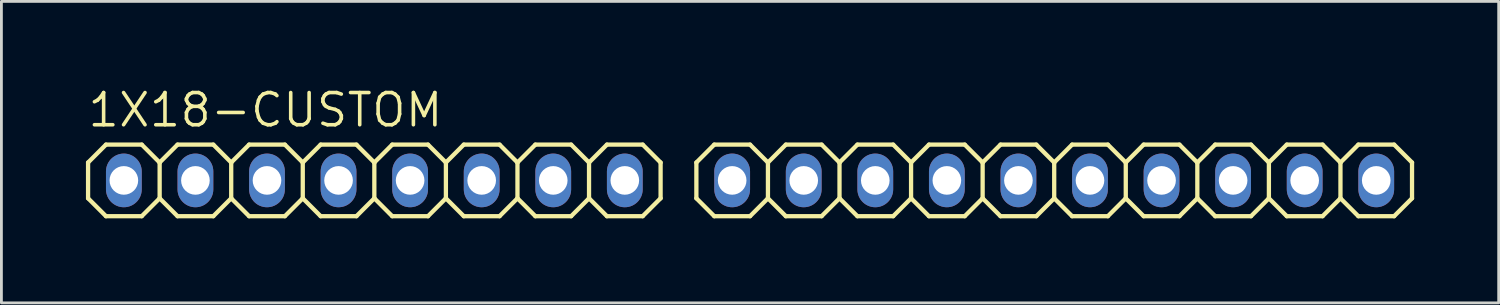
<source format=kicad_pcb>
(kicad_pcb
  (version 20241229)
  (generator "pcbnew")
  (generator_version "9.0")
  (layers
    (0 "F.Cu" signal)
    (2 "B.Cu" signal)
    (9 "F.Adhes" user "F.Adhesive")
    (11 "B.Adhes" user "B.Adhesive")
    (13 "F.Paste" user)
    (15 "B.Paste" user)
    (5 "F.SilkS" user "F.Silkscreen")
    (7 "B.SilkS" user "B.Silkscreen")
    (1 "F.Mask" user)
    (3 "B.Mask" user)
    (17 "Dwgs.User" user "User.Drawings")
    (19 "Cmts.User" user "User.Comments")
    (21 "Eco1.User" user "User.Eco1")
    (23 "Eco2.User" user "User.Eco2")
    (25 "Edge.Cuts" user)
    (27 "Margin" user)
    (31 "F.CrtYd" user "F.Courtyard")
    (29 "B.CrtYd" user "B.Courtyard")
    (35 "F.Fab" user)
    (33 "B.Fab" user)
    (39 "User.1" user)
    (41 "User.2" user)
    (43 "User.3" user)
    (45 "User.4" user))
  (footprint "1X18-CUSTOM"
    (layer "F.Cu")
    (at 19.126 3.353)
    (property "Reference" "1X18-CUSTOM" (at -19.126 -1.829 0) (layer "F.SilkS") (effects (font (size 1.143 1.143) (thickness 0.127)) (justify left bottom)))
    (fp_line (start -19.05 -0.635) (end -19.05 0.635) (stroke (width 0.152) (type solid)) (layer "F.SilkS"))
    (fp_line (start -19.05 0.635) (end -18.415 1.27) (stroke (width 0.152) (type solid)) (layer "F.SilkS"))
    (fp_line (start -18.415 -1.27) (end -19.05 -0.635) (stroke (width 0.152) (type solid)) (layer "F.SilkS"))
    (fp_line (start -18.415 -1.27) (end -17.145 -1.27) (stroke (width 0.152) (type solid)) (layer "F.SilkS"))
    (fp_line (start -17.145 -1.27) (end -16.51 -0.635) (stroke (width 0.152) (type solid)) (layer "F.SilkS"))
    (fp_line (start -17.145 1.27) (end -18.415 1.27) (stroke (width 0.152) (type solid)) (layer "F.SilkS"))
    (fp_line (start -16.51 -0.635) (end -16.51 0.635) (stroke (width 0.152) (type solid)) (layer "F.SilkS"))
    (fp_line (start -16.51 -0.635) (end -15.875 -1.27) (stroke (width 0.152) (type solid)) (layer "F.SilkS"))
    (fp_line (start -16.51 0.635) (end -17.145 1.27) (stroke (width 0.152) (type solid)) (layer "F.SilkS"))
    (fp_line (start -15.875 -1.27) (end -14.605 -1.27) (stroke (width 0.152) (type solid)) (layer "F.SilkS"))
    (fp_line (start -15.875 1.27) (end -16.51 0.635) (stroke (width 0.152) (type solid)) (layer "F.SilkS"))
    (fp_line (start -14.605 -1.27) (end -13.97 -0.635) (stroke (width 0.152) (type solid)) (layer "F.SilkS"))
    (fp_line (start -14.605 1.27) (end -15.875 1.27) (stroke (width 0.152) (type solid)) (layer "F.SilkS"))
    (fp_line (start -13.97 -0.635) (end -13.97 0.635) (stroke (width 0.152) (type solid)) (layer "F.SilkS"))
    (fp_line (start -13.97 -0.635) (end -13.335 -1.27) (stroke (width 0.152) (type solid)) (layer "F.SilkS"))
    (fp_line (start -13.97 0.635) (end -14.605 1.27) (stroke (width 0.152) (type solid)) (layer "F.SilkS"))
    (fp_line (start -13.335 -1.27) (end -12.065 -1.27) (stroke (width 0.152) (type solid)) (layer "F.SilkS"))
    (fp_line (start -13.335 1.27) (end -13.97 0.635) (stroke (width 0.152) (type solid)) (layer "F.SilkS"))
    (fp_line (start -12.065 -1.27) (end -11.43 -0.635) (stroke (width 0.152) (type solid)) (layer "F.SilkS"))
    (fp_line (start -12.065 1.27) (end -13.335 1.27) (stroke (width 0.152) (type solid)) (layer "F.SilkS"))
    (fp_line (start -11.43 -0.635) (end -11.43 0.635) (stroke (width 0.152) (type solid)) (layer "F.SilkS"))
    (fp_line (start -11.43 0.635) (end -12.065 1.27) (stroke (width 0.152) (type solid)) (layer "F.SilkS"))
    (fp_line (start -11.43 0.635) (end -10.795 1.27) (stroke (width 0.152) (type solid)) (layer "F.SilkS"))
    (fp_line (start -10.795 -1.27) (end -11.43 -0.635) (stroke (width 0.152) (type solid)) (layer "F.SilkS"))
    (fp_line (start -10.795 -1.27) (end -9.525 -1.27) (stroke (width 0.152) (type solid)) (layer "F.SilkS"))
    (fp_line (start -9.525 -1.27) (end -8.89 -0.635) (stroke (width 0.152) (type solid)) (layer "F.SilkS"))
    (fp_line (start -9.525 1.27) (end -10.795 1.27) (stroke (width 0.152) (type solid)) (layer "F.SilkS"))
    (fp_line (start -8.89 -0.635) (end -8.89 0.635) (stroke (width 0.152) (type solid)) (layer "F.SilkS"))
    (fp_line (start -8.89 -0.635) (end -8.255 -1.27) (stroke (width 0.152) (type solid)) (layer "F.SilkS"))
    (fp_line (start -8.89 0.635) (end -9.525 1.27) (stroke (width 0.152) (type solid)) (layer "F.SilkS"))
    (fp_line (start -8.255 -1.27) (end -6.985 -1.27) (stroke (width 0.152) (type solid)) (layer "F.SilkS"))
    (fp_line (start -8.255 1.27) (end -8.89 0.635) (stroke (width 0.152) (type solid)) (layer "F.SilkS"))
    (fp_line (start -6.985 -1.27) (end -6.35 -0.635) (stroke (width 0.152) (type solid)) (layer "F.SilkS"))
    (fp_line (start -6.985 1.27) (end -8.255 1.27) (stroke (width 0.152) (type solid)) (layer "F.SilkS"))
    (fp_line (start -6.35 -0.635) (end -6.35 0.635) (stroke (width 0.152) (type solid)) (layer "F.SilkS"))
    (fp_line (start -6.35 -0.635) (end -5.715 -1.27) (stroke (width 0.152) (type solid)) (layer "F.SilkS"))
    (fp_line (start -6.35 0.635) (end -6.985 1.27) (stroke (width 0.152) (type solid)) (layer "F.SilkS"))
    (fp_line (start -5.715 -1.27) (end -4.445 -1.27) (stroke (width 0.152) (type solid)) (layer "F.SilkS"))
    (fp_line (start -5.715 1.27) (end -6.35 0.635) (stroke (width 0.152) (type solid)) (layer "F.SilkS"))
    (fp_line (start -4.445 -1.27) (end -3.81 -0.635) (stroke (width 0.152) (type solid)) (layer "F.SilkS"))
    (fp_line (start -4.445 1.27) (end -5.715 1.27) (stroke (width 0.152) (type solid)) (layer "F.SilkS"))
    (fp_line (start -3.81 -0.635) (end -3.81 0.635) (stroke (width 0.152) (type solid)) (layer "F.SilkS"))
    (fp_line (start -3.81 0.635) (end -4.445 1.27) (stroke (width 0.152) (type solid)) (layer "F.SilkS"))
    (fp_line (start -3.81 0.635) (end -3.175 1.27) (stroke (width 0.152) (type solid)) (layer "F.SilkS"))
    (fp_line (start -3.175 -1.27) (end -3.81 -0.635) (stroke (width 0.152) (type solid)) (layer "F.SilkS"))
    (fp_line (start -3.175 -1.27) (end -1.905 -1.27) (stroke (width 0.152) (type solid)) (layer "F.SilkS"))
    (fp_line (start -1.905 -1.27) (end -1.27 -0.635) (stroke (width 0.152) (type solid)) (layer "F.SilkS"))
    (fp_line (start -1.905 1.27) (end -3.175 1.27) (stroke (width 0.152) (type solid)) (layer "F.SilkS"))
    (fp_line (start -1.27 -0.635) (end -1.27 0.635) (stroke (width 0.152) (type solid)) (layer "F.SilkS"))
    (fp_line (start -1.27 -0.635) (end -0.635 -1.27) (stroke (width 0.152) (type solid)) (layer "F.SilkS"))
    (fp_line (start -1.27 0.635) (end -1.905 1.27) (stroke (width 0.152) (type solid)) (layer "F.SilkS"))
    (fp_line (start -0.635 -1.27) (end 0.635 -1.27) (stroke (width 0.152) (type solid)) (layer "F.SilkS"))
    (fp_line (start -0.635 1.27) (end -1.27 0.635) (stroke (width 0.152) (type solid)) (layer "F.SilkS"))
    (fp_line (start 0.635 -1.27) (end 1.27 -0.635) (stroke (width 0.152) (type solid)) (layer "F.SilkS"))
    (fp_line (start 0.635 1.27) (end -0.635 1.27) (stroke (width 0.152) (type solid)) (layer "F.SilkS"))
    (fp_line (start 1.27 -0.635) (end 1.27 0.635) (stroke (width 0.152) (type solid)) (layer "F.SilkS"))
    (fp_line (start 1.27 0.635) (end 0.635 1.27) (stroke (width 0.152) (type solid)) (layer "F.SilkS"))
    (fp_line (start 2.54 -0.635) (end 2.54 0.635) (stroke (width 0.152) (type solid)) (layer "F.SilkS"))
    (fp_line (start 2.54 -0.635) (end 3.175 -1.27) (stroke (width 0.152) (type solid)) (layer "F.SilkS"))
    (fp_line (start 3.175 -1.27) (end 4.445 -1.27) (stroke (width 0.152) (type solid)) (layer "F.SilkS"))
    (fp_line (start 3.175 1.27) (end 2.54 0.635) (stroke (width 0.152) (type solid)) (layer "F.SilkS"))
    (fp_line (start 4.445 -1.27) (end 5.08 -0.635) (stroke (width 0.152) (type solid)) (layer "F.SilkS"))
    (fp_line (start 4.445 1.27) (end 3.175 1.27) (stroke (width 0.152) (type solid)) (layer "F.SilkS"))
    (fp_line (start 5.08 -0.635) (end 5.08 0.635) (stroke (width 0.152) (type solid)) (layer "F.SilkS"))
    (fp_line (start 5.08 0.635) (end 4.445 1.27) (stroke (width 0.152) (type solid)) (layer "F.SilkS"))
    (fp_line (start 5.08 0.635) (end 5.715 1.27) (stroke (width 0.152) (type solid)) (layer "F.SilkS"))
    (fp_line (start 5.715 -1.27) (end 5.08 -0.635) (stroke (width 0.152) (type solid)) (layer "F.SilkS"))
    (fp_line (start 5.715 -1.27) (end 6.985 -1.27) (stroke (width 0.152) (type solid)) (layer "F.SilkS"))
    (fp_line (start 6.985 -1.27) (end 7.62 -0.635) (stroke (width 0.152) (type solid)) (layer "F.SilkS"))
    (fp_line (start 6.985 1.27) (end 5.715 1.27) (stroke (width 0.152) (type solid)) (layer "F.SilkS"))
    (fp_line (start 7.62 -0.635) (end 7.62 0.635) (stroke (width 0.152) (type solid)) (layer "F.SilkS"))
    (fp_line (start 7.62 -0.635) (end 8.255 -1.27) (stroke (width 0.152) (type solid)) (layer "F.SilkS"))
    (fp_line (start 7.62 0.635) (end 6.985 1.27) (stroke (width 0.152) (type solid)) (layer "F.SilkS"))
    (fp_line (start 8.255 -1.27) (end 9.525 -1.27) (stroke (width 0.152) (type solid)) (layer "F.SilkS"))
    (fp_line (start 8.255 1.27) (end 7.62 0.635) (stroke (width 0.152) (type solid)) (layer "F.SilkS"))
    (fp_line (start 9.525 -1.27) (end 10.16 -0.635) (stroke (width 0.152) (type solid)) (layer "F.SilkS"))
    (fp_line (start 9.525 1.27) (end 8.255 1.27) (stroke (width 0.152) (type solid)) (layer "F.SilkS"))
    (fp_line (start 10.16 -0.635) (end 10.16 0.635) (stroke (width 0.152) (type solid)) (layer "F.SilkS"))
    (fp_line (start 10.16 -0.635) (end 10.795 -1.27) (stroke (width 0.152) (type solid)) (layer "F.SilkS"))
    (fp_line (start 10.16 0.635) (end 9.525 1.27) (stroke (width 0.152) (type solid)) (layer "F.SilkS"))
    (fp_line (start 10.795 -1.27) (end 12.065 -1.27) (stroke (width 0.152) (type solid)) (layer "F.SilkS"))
    (fp_line (start 10.795 1.27) (end 10.16 0.635) (stroke (width 0.152) (type solid)) (layer "F.SilkS"))
    (fp_line (start 12.065 -1.27) (end 12.7 -0.635) (stroke (width 0.152) (type solid)) (layer "F.SilkS"))
    (fp_line (start 12.065 1.27) (end 10.795 1.27) (stroke (width 0.152) (type solid)) (layer "F.SilkS"))
    (fp_line (start 12.7 -0.635) (end 12.7 0.635) (stroke (width 0.152) (type solid)) (layer "F.SilkS"))
    (fp_line (start 12.7 0.635) (end 12.065 1.27) (stroke (width 0.152) (type solid)) (layer "F.SilkS"))
    (fp_line (start 12.7 0.635) (end 13.335 1.27) (stroke (width 0.152) (type solid)) (layer "F.SilkS"))
    (fp_line (start 13.335 -1.27) (end 12.7 -0.635) (stroke (width 0.152) (type solid)) (layer "F.SilkS"))
    (fp_line (start 13.335 -1.27) (end 14.605 -1.27) (stroke (width 0.152) (type solid)) (layer "F.SilkS"))
    (fp_line (start 14.605 -1.27) (end 15.24 -0.635) (stroke (width 0.152) (type solid)) (layer "F.SilkS"))
    (fp_line (start 14.605 1.27) (end 13.335 1.27) (stroke (width 0.152) (type solid)) (layer "F.SilkS"))
    (fp_line (start 15.24 -0.635) (end 15.24 0.635) (stroke (width 0.152) (type solid)) (layer "F.SilkS"))
    (fp_line (start 15.24 -0.635) (end 15.875 -1.27) (stroke (width 0.152) (type solid)) (layer "F.SilkS"))
    (fp_line (start 15.24 0.635) (end 14.605 1.27) (stroke (width 0.152) (type solid)) (layer "F.SilkS"))
    (fp_line (start 15.875 -1.27) (end 17.145 -1.27) (stroke (width 0.152) (type solid)) (layer "F.SilkS"))
    (fp_line (start 15.875 1.27) (end 15.24 0.635) (stroke (width 0.152) (type solid)) (layer "F.SilkS"))
    (fp_line (start 17.145 -1.27) (end 17.78 -0.635) (stroke (width 0.152) (type solid)) (layer "F.SilkS"))
    (fp_line (start 17.145 1.27) (end 15.875 1.27) (stroke (width 0.152) (type solid)) (layer "F.SilkS"))
    (fp_line (start 17.78 -0.635) (end 17.78 0.635) (stroke (width 0.152) (type solid)) (layer "F.SilkS"))
    (fp_line (start 17.78 -0.635) (end 18.415 -1.27) (stroke (width 0.152) (type solid)) (layer "F.SilkS"))
    (fp_line (start 17.78 0.635) (end 17.145 1.27) (stroke (width 0.152) (type solid)) (layer "F.SilkS"))
    (fp_line (start 18.415 -1.27) (end 19.685 -1.27) (stroke (width 0.152) (type solid)) (layer "F.SilkS"))
    (fp_line (start 18.415 1.27) (end 17.78 0.635) (stroke (width 0.152) (type solid)) (layer "F.SilkS"))
    (fp_line (start 19.685 -1.27) (end 20.32 -0.635) (stroke (width 0.152) (type solid)) (layer "F.SilkS"))
    (fp_line (start 19.685 1.27) (end 18.415 1.27) (stroke (width 0.152) (type solid)) (layer "F.SilkS"))
    (fp_line (start 20.32 -0.635) (end 20.32 0.635) (stroke (width 0.152) (type solid)) (layer "F.SilkS"))
    (fp_line (start 20.32 0.635) (end 19.685 1.27) (stroke (width 0.152) (type solid)) (layer "F.SilkS"))
    (fp_line (start 20.32 0.635) (end 20.955 1.27) (stroke (width 0.152) (type solid)) (layer "F.SilkS"))
    (fp_line (start 20.955 -1.27) (end 20.32 -0.635) (stroke (width 0.152) (type solid)) (layer "F.SilkS"))
    (fp_line (start 20.955 -1.27) (end 22.225 -1.27) (stroke (width 0.152) (type solid)) (layer "F.SilkS"))
    (fp_line (start 22.225 -1.27) (end 22.86 -0.635) (stroke (width 0.152) (type solid)) (layer "F.SilkS"))
    (fp_line (start 22.225 1.27) (end 20.955 1.27) (stroke (width 0.152) (type solid)) (layer "F.SilkS"))
    (fp_line (start 22.86 -0.635) (end 22.86 0.635) (stroke (width 0.152) (type solid)) (layer "F.SilkS"))
    (fp_line (start 22.86 -0.635) (end 23.495 -1.27) (stroke (width 0.152) (type solid)) (layer "F.SilkS"))
    (fp_line (start 22.86 0.635) (end 22.225 1.27) (stroke (width 0.152) (type solid)) (layer "F.SilkS"))
    (fp_line (start 23.495 -1.27) (end 24.765 -1.27) (stroke (width 0.152) (type solid)) (layer "F.SilkS"))
    (fp_line (start 23.495 1.27) (end 22.86 0.635) (stroke (width 0.152) (type solid)) (layer "F.SilkS"))
    (fp_line (start 24.765 -1.27) (end 25.4 -0.635) (stroke (width 0.152) (type solid)) (layer "F.SilkS"))
    (fp_line (start 24.765 1.27) (end 23.495 1.27) (stroke (width 0.152) (type solid)) (layer "F.SilkS"))
    (fp_line (start 25.4 -0.635) (end 25.4 0.635) (stroke (width 0.152) (type solid)) (layer "F.SilkS"))
    (fp_line (start 25.4 -0.635) (end 26.035 -1.27) (stroke (width 0.152) (type solid)) (layer "F.SilkS"))
    (fp_line (start 25.4 0.635) (end 24.765 1.27) (stroke (width 0.152) (type solid)) (layer "F.SilkS"))
    (fp_line (start 26.035 -1.27) (end 27.305 -1.27) (stroke (width 0.152) (type solid)) (layer "F.SilkS"))
    (fp_line (start 26.035 1.27) (end 25.4 0.635) (stroke (width 0.152) (type solid)) (layer "F.SilkS"))
    (fp_line (start 27.305 -1.27) (end 27.94 -0.635) (stroke (width 0.152) (type solid)) (layer "F.SilkS"))
    (fp_line (start 27.305 1.27) (end 26.035 1.27) (stroke (width 0.152) (type solid)) (layer "F.SilkS"))
    (fp_line (start 27.94 -0.635) (end 27.94 0.635) (stroke (width 0.152) (type solid)) (layer "F.SilkS"))
    (fp_line (start 27.94 0.635) (end 27.305 1.27) (stroke (width 0.152) (type solid)) (layer "F.SilkS"))
    (fp_poly (pts (xy -18.034 0.254) (xy -17.526 0.254) (xy -17.526 -0.254) (xy -18.034 -0.254)) (stroke (width 0.1) (type default)) (fill no) (layer "F.Fab"))
    (fp_poly (pts (xy -15.494 0.254) (xy -14.986 0.254) (xy -14.986 -0.254) (xy -15.494 -0.254)) (stroke (width 0.1) (type default)) (fill no) (layer "F.Fab"))
    (fp_poly (pts (xy -12.954 0.254) (xy -12.446 0.254) (xy -12.446 -0.254) (xy -12.954 -0.254)) (stroke (width 0.1) (type default)) (fill no) (layer "F.Fab"))
    (fp_poly (pts (xy -10.414 0.254) (xy -9.906 0.254) (xy -9.906 -0.254) (xy -10.414 -0.254)) (stroke (width 0.1) (type default)) (fill no) (layer "F.Fab"))
    (fp_poly (pts (xy -7.874 0.254) (xy -7.366 0.254) (xy -7.366 -0.254) (xy -7.874 -0.254)) (stroke (width 0.1) (type default)) (fill no) (layer "F.Fab"))
    (fp_poly (pts (xy -5.334 0.254) (xy -4.826 0.254) (xy -4.826 -0.254) (xy -5.334 -0.254)) (stroke (width 0.1) (type default)) (fill no) (layer "F.Fab"))
    (fp_poly (pts (xy -2.794 0.254) (xy -2.286 0.254) (xy -2.286 -0.254) (xy -2.794 -0.254)) (stroke (width 0.1) (type default)) (fill no) (layer "F.Fab"))
    (fp_poly (pts (xy -0.254 0.254) (xy 0.254 0.254) (xy 0.254 -0.254) (xy -0.254 -0.254)) (stroke (width 0.1) (type default)) (fill no) (layer "F.Fab"))
    (fp_poly (pts (xy 3.556 0.254) (xy 4.064 0.254) (xy 4.064 -0.254) (xy 3.556 -0.254)) (stroke (width 0.1) (type default)) (fill no) (layer "F.Fab"))
    (fp_poly (pts (xy 6.096 0.254) (xy 6.604 0.254) (xy 6.604 -0.254) (xy 6.096 -0.254)) (stroke (width 0.1) (type default)) (fill no) (layer "F.Fab"))
    (fp_poly (pts (xy 8.636 0.254) (xy 9.144 0.254) (xy 9.144 -0.254) (xy 8.636 -0.254)) (stroke (width 0.1) (type default)) (fill no) (layer "F.Fab"))
    (fp_poly (pts (xy 11.176 0.254) (xy 11.684 0.254) (xy 11.684 -0.254) (xy 11.176 -0.254)) (stroke (width 0.1) (type default)) (fill no) (layer "F.Fab"))
    (fp_poly (pts (xy 13.716 0.254) (xy 14.224 0.254) (xy 14.224 -0.254) (xy 13.716 -0.254)) (stroke (width 0.1) (type default)) (fill no) (layer "F.Fab"))
    (fp_poly (pts (xy 16.256 0.254) (xy 16.764 0.254) (xy 16.764 -0.254) (xy 16.256 -0.254)) (stroke (width 0.1) (type default)) (fill no) (layer "F.Fab"))
    (fp_poly (pts (xy 18.796 0.254) (xy 19.304 0.254) (xy 19.304 -0.254) (xy 18.796 -0.254)) (stroke (width 0.1) (type default)) (fill no) (layer "F.Fab"))
    (fp_poly (pts (xy 21.336 0.254) (xy 21.844 0.254) (xy 21.844 -0.254) (xy 21.336 -0.254)) (stroke (width 0.1) (type default)) (fill no) (layer "F.Fab"))
    (fp_poly (pts (xy 23.876 0.254) (xy 24.384 0.254) (xy 24.384 -0.254) (xy 23.876 -0.254)) (stroke (width 0.1) (type default)) (fill no) (layer "F.Fab"))
    (fp_poly (pts (xy 26.416 0.254) (xy 26.924 0.254) (xy 26.924 -0.254) (xy 26.416 -0.254)) (stroke (width 0.1) (type default)) (fill no) (layer "F.Fab"))
    (pad "1" thru_hole oval (at -17.78 0 90) (size 1.905 1.27) (drill 1.016) (layers "*.Cu" "*.Mask"))
    (pad "2" thru_hole oval (at -15.24 0 90) (size 1.905 1.27) (drill 1.016) (layers "*.Cu" "*.Mask"))
    (pad "3" thru_hole oval (at -12.7 0 90) (size 1.905 1.27) (drill 1.016) (layers "*.Cu" "*.Mask"))
    (pad "4" thru_hole oval (at -10.16 0 90) (size 1.905 1.27) (drill 1.016) (layers "*.Cu" "*.Mask"))
    (pad "5" thru_hole oval (at -7.62 0 90) (size 1.905 1.27) (drill 1.016) (layers "*.Cu" "*.Mask"))
    (pad "6" thru_hole oval (at -5.08 0 90) (size 1.905 1.27) (drill 1.016) (layers "*.Cu" "*.Mask"))
    (pad "7" thru_hole oval (at -2.54 0 90) (size 1.905 1.27) (drill 1.016) (layers "*.Cu" "*.Mask"))
    (pad "8" thru_hole oval (at 0 0 90) (size 1.905 1.27) (drill 1.016) (layers "*.Cu" "*.Mask"))
    (pad "9" thru_hole oval (at 3.81 0 90) (size 1.905 1.27) (drill 1.016) (layers "*.Cu" "*.Mask"))
    (pad "10" thru_hole oval (at 6.35 0 90) (size 1.905 1.27) (drill 1.016) (layers "*.Cu" "*.Mask"))
    (pad "11" thru_hole oval (at 8.89 0 90) (size 1.905 1.27) (drill 1.016) (layers "*.Cu" "*.Mask"))
    (pad "12" thru_hole oval (at 11.43 0 90) (size 1.905 1.27) (drill 1.016) (layers "*.Cu" "*.Mask"))
    (pad "13" thru_hole oval (at 13.97 0 90) (size 1.905 1.27) (drill 1.016) (layers "*.Cu" "*.Mask"))
    (pad "14" thru_hole oval (at 16.51 0 90) (size 1.905 1.27) (drill 1.016) (layers "*.Cu" "*.Mask"))
    (pad "15" thru_hole oval (at 19.05 0 90) (size 1.905 1.27) (drill 1.016) (layers "*.Cu" "*.Mask"))
    (pad "16" thru_hole oval (at 21.59 0 90) (size 1.905 1.27) (drill 1.016) (layers "*.Cu" "*.Mask"))
    (pad "17" thru_hole oval (at 24.13 0 90) (size 1.905 1.27) (drill 1.016) (layers "*.Cu" "*.Mask"))
    (pad "18" thru_hole oval (at 26.67 0 90) (size 1.905 1.27) (drill 1.016) (layers "*.Cu" "*.Mask")))
  (gr_rect
    (start -3 -3)
    (end 50.142 7.699)
    (stroke (width 0.1) (type default))
    (fill no)
    (layer "Edge.Cuts")))
</source>
